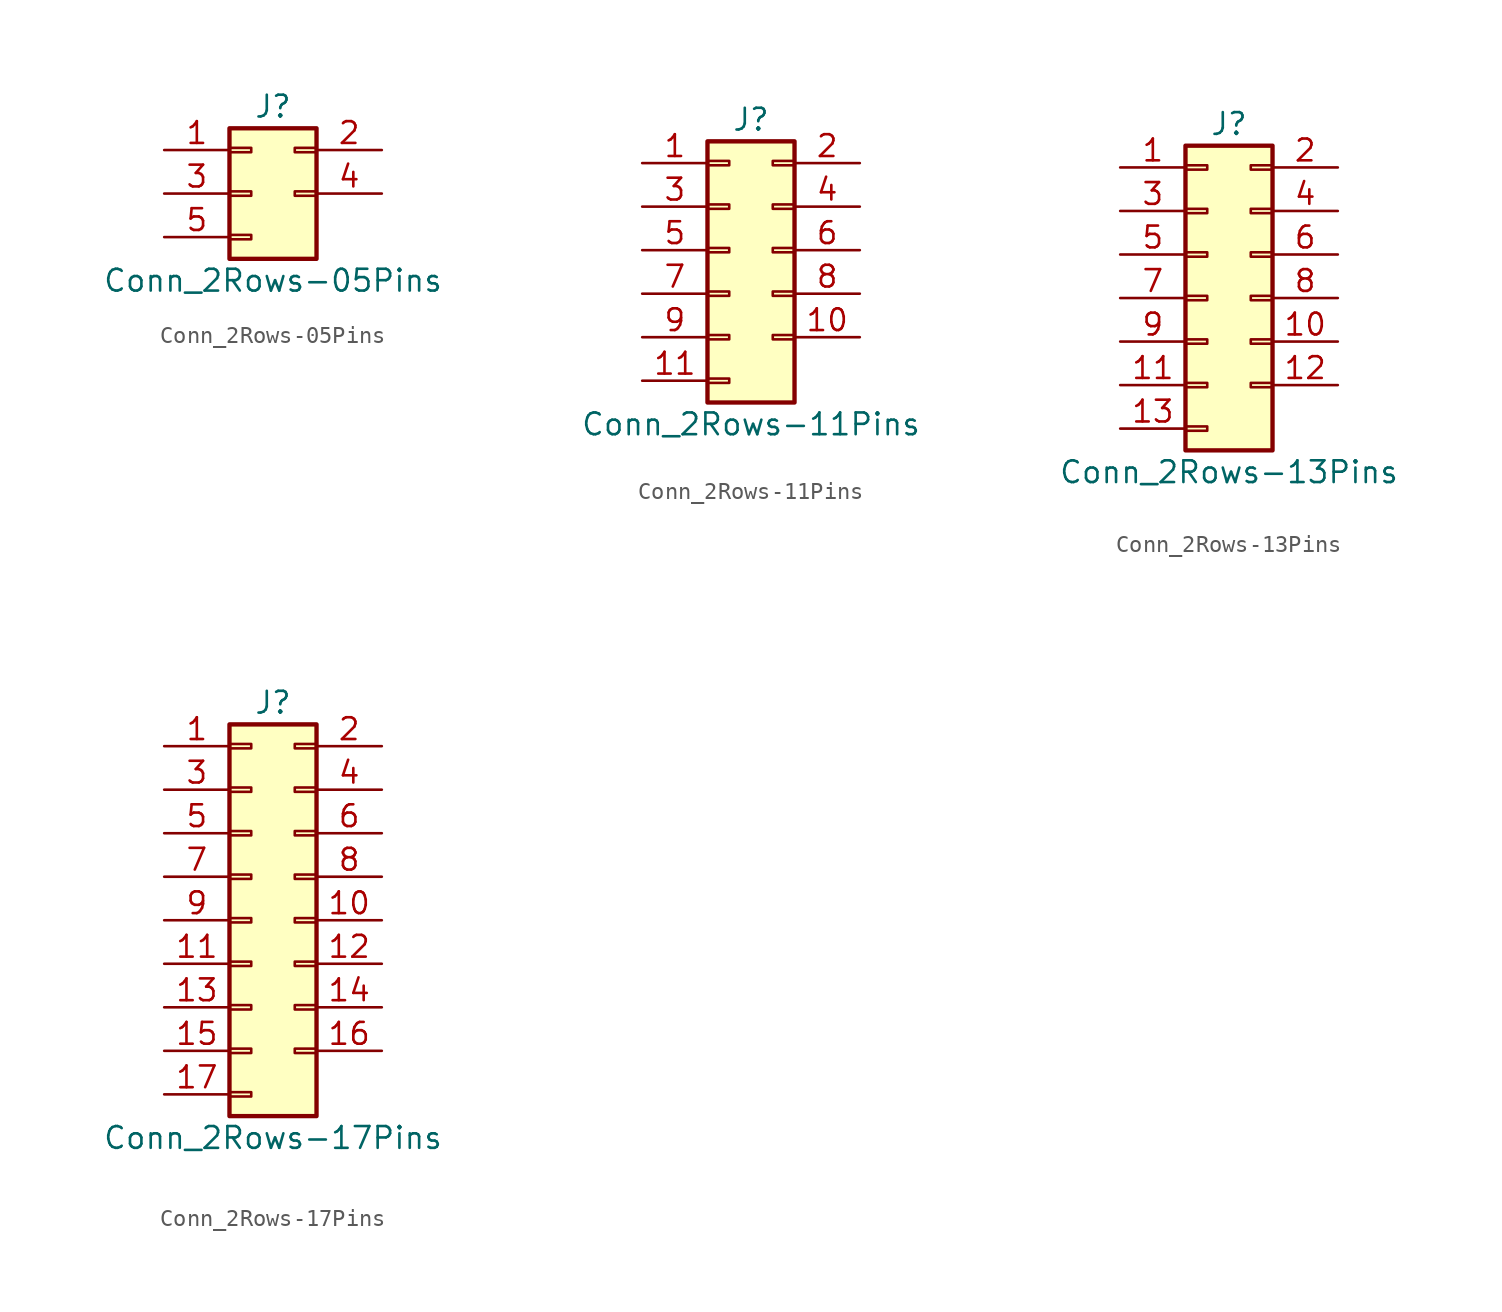
<source format=kicad_sym>
(kicad_symbol_lib
  (version 20201005)
  (generator kicad_symbol_editor)
  (symbol "Conn_2Rows-05Pins"
    (pin_names
      (offset 1.016) hide)
    (property "Reference" "J"
      (at 1.27 5.08 0)
      (effects (font (size 1.27 1.27))))
    (property "Value" "Conn_2Rows-05Pins"
      (at 1.27 -5.08 0)
      (effects (font (size 1.27 1.27))))
    (symbol "Conn_2Rows-05Pins_1_1"
      (rectangle (start -1.27 -2.413) (end 0 -2.667) (stroke (width 0.152)) (fill (type none)))
      (rectangle (start -1.27 0.127) (end 0 -0.127) (stroke (width 0.152)) (fill (type none)))
      (rectangle (start -1.27 2.667) (end 0 2.413) (stroke (width 0.152)) (fill (type none)))
      (rectangle (start -1.27 3.81) (end 3.81 -3.81) (stroke (width 0.254)) (fill (type background)))
      (rectangle (start 3.81 0.127) (end 2.54 -0.127) (stroke (width 0.152)) (fill (type none)))
      (rectangle (start 3.81 2.667) (end 2.54 2.413) (stroke (width 0.152)) (fill (type none)))
      (pin passive line (at -5.08 2.54 0) (length 3.81) (name "Pin_1" (effects (font (size 1.27 1.27)))) (number "1" (effects (font (size 1.27 1.27)))))
      (pin passive line (at 7.62 2.54 180) (length 3.81) (name "Pin_2" (effects (font (size 1.27 1.27)))) (number "2" (effects (font (size 1.27 1.27)))))
      (pin passive line (at -5.08 0 0) (length 3.81) (name "Pin_3" (effects (font (size 1.27 1.27)))) (number "3" (effects (font (size 1.27 1.27)))))
      (pin passive line (at 7.62 0 180) (length 3.81) (name "Pin_4" (effects (font (size 1.27 1.27)))) (number "4" (effects (font (size 1.27 1.27)))))
      (pin passive line (at -5.08 -2.54 0) (length 3.81) (name "Pin_5" (effects (font (size 1.27 1.27)))) (number "5" (effects (font (size 1.27 1.27)))))))
  (symbol "Conn_2Rows-11Pins"
    (pin_names
      (offset 1.016) hide)
    (property "Reference" "J"
      (at 1.27 7.62 0)
      (effects (font (size 1.27 1.27))))
    (property "Value" "Conn_2Rows-11Pins"
      (at 1.27 -10.16 0)
      (effects (font (size 1.27 1.27))))
    (symbol "Conn_2Rows-11Pins_1_1"
      (rectangle (start -1.27 -7.493) (end 0 -7.747) (stroke (width 0.152)) (fill (type none)))
      (rectangle (start -1.27 -4.953) (end 0 -5.207) (stroke (width 0.152)) (fill (type none)))
      (rectangle (start -1.27 -2.413) (end 0 -2.667) (stroke (width 0.152)) (fill (type none)))
      (rectangle (start -1.27 0.127) (end 0 -0.127) (stroke (width 0.152)) (fill (type none)))
      (rectangle (start -1.27 2.667) (end 0 2.413) (stroke (width 0.152)) (fill (type none)))
      (rectangle (start -1.27 5.207) (end 0 4.953) (stroke (width 0.152)) (fill (type none)))
      (rectangle (start -1.27 6.35) (end 3.81 -8.89) (stroke (width 0.254)) (fill (type background)))
      (rectangle (start 3.81 -4.953) (end 2.54 -5.207) (stroke (width 0.152)) (fill (type none)))
      (rectangle (start 3.81 -2.413) (end 2.54 -2.667) (stroke (width 0.152)) (fill (type none)))
      (rectangle (start 3.81 0.127) (end 2.54 -0.127) (stroke (width 0.152)) (fill (type none)))
      (rectangle (start 3.81 2.667) (end 2.54 2.413) (stroke (width 0.152)) (fill (type none)))
      (rectangle (start 3.81 5.207) (end 2.54 4.953) (stroke (width 0.152)) (fill (type none)))
      (pin passive line (at -5.08 5.08 0) (length 3.81) (name "Pin_1" (effects (font (size 1.27 1.27)))) (number "1" (effects (font (size 1.27 1.27)))))
      (pin passive line (at 7.62 -5.08 180) (length 3.81) (name "Pin_10" (effects (font (size 1.27 1.27)))) (number "10" (effects (font (size 1.27 1.27)))))
      (pin passive line (at -5.08 -7.62 0) (length 3.81) (name "Pin_11" (effects (font (size 1.27 1.27)))) (number "11" (effects (font (size 1.27 1.27)))))
      (pin passive line (at 7.62 5.08 180) (length 3.81) (name "Pin_2" (effects (font (size 1.27 1.27)))) (number "2" (effects (font (size 1.27 1.27)))))
      (pin passive line (at -5.08 2.54 0) (length 3.81) (name "Pin_3" (effects (font (size 1.27 1.27)))) (number "3" (effects (font (size 1.27 1.27)))))
      (pin passive line (at 7.62 2.54 180) (length 3.81) (name "Pin_4" (effects (font (size 1.27 1.27)))) (number "4" (effects (font (size 1.27 1.27)))))
      (pin passive line (at -5.08 0 0) (length 3.81) (name "Pin_5" (effects (font (size 1.27 1.27)))) (number "5" (effects (font (size 1.27 1.27)))))
      (pin passive line (at 7.62 0 180) (length 3.81) (name "Pin_6" (effects (font (size 1.27 1.27)))) (number "6" (effects (font (size 1.27 1.27)))))
      (pin passive line (at -5.08 -2.54 0) (length 3.81) (name "Pin_7" (effects (font (size 1.27 1.27)))) (number "7" (effects (font (size 1.27 1.27)))))
      (pin passive line (at 7.62 -2.54 180) (length 3.81) (name "Pin_8" (effects (font (size 1.27 1.27)))) (number "8" (effects (font (size 1.27 1.27)))))
      (pin passive line (at -5.08 -5.08 0) (length 3.81) (name "Pin_9" (effects (font (size 1.27 1.27)))) (number "9" (effects (font (size 1.27 1.27)))))))
  (symbol "Conn_2Rows-13Pins"
    (pin_names
      (offset 1.016) hide)
    (property "Reference" "J"
      (at 1.27 10.16 0)
      (effects (font (size 1.27 1.27))))
    (property "Value" "Conn_2Rows-13Pins"
      (at 1.27 -10.16 0)
      (effects (font (size 1.27 1.27))))
    (symbol "Conn_2Rows-13Pins_1_1"
      (rectangle (start -1.27 -7.493) (end 0 -7.747) (stroke (width 0.152)) (fill (type none)))
      (rectangle (start -1.27 -4.953) (end 0 -5.207) (stroke (width 0.152)) (fill (type none)))
      (rectangle (start -1.27 -2.413) (end 0 -2.667) (stroke (width 0.152)) (fill (type none)))
      (rectangle (start -1.27 0.127) (end 0 -0.127) (stroke (width 0.152)) (fill (type none)))
      (rectangle (start -1.27 2.667) (end 0 2.413) (stroke (width 0.152)) (fill (type none)))
      (rectangle (start -1.27 5.207) (end 0 4.953) (stroke (width 0.152)) (fill (type none)))
      (rectangle (start -1.27 7.747) (end 0 7.493) (stroke (width 0.152)) (fill (type none)))
      (rectangle (start -1.27 8.89) (end 3.81 -8.89) (stroke (width 0.254)) (fill (type background)))
      (rectangle (start 3.81 -4.953) (end 2.54 -5.207) (stroke (width 0.152)) (fill (type none)))
      (rectangle (start 3.81 -2.413) (end 2.54 -2.667) (stroke (width 0.152)) (fill (type none)))
      (rectangle (start 3.81 0.127) (end 2.54 -0.127) (stroke (width 0.152)) (fill (type none)))
      (rectangle (start 3.81 2.667) (end 2.54 2.413) (stroke (width 0.152)) (fill (type none)))
      (rectangle (start 3.81 5.207) (end 2.54 4.953) (stroke (width 0.152)) (fill (type none)))
      (rectangle (start 3.81 7.747) (end 2.54 7.493) (stroke (width 0.152)) (fill (type none)))
      (pin passive line (at -5.08 7.62 0) (length 3.81) (name "Pin_1" (effects (font (size 1.27 1.27)))) (number "1" (effects (font (size 1.27 1.27)))))
      (pin passive line (at 7.62 -2.54 180) (length 3.81) (name "Pin_10" (effects (font (size 1.27 1.27)))) (number "10" (effects (font (size 1.27 1.27)))))
      (pin passive line (at -5.08 -5.08 0) (length 3.81) (name "Pin_11" (effects (font (size 1.27 1.27)))) (number "11" (effects (font (size 1.27 1.27)))))
      (pin passive line (at 7.62 -5.08 180) (length 3.81) (name "Pin_12" (effects (font (size 1.27 1.27)))) (number "12" (effects (font (size 1.27 1.27)))))
      (pin passive line (at -5.08 -7.62 0) (length 3.81) (name "Pin_13" (effects (font (size 1.27 1.27)))) (number "13" (effects (font (size 1.27 1.27)))))
      (pin passive line (at 7.62 7.62 180) (length 3.81) (name "Pin_2" (effects (font (size 1.27 1.27)))) (number "2" (effects (font (size 1.27 1.27)))))
      (pin passive line (at -5.08 5.08 0) (length 3.81) (name "Pin_3" (effects (font (size 1.27 1.27)))) (number "3" (effects (font (size 1.27 1.27)))))
      (pin passive line (at 7.62 5.08 180) (length 3.81) (name "Pin_4" (effects (font (size 1.27 1.27)))) (number "4" (effects (font (size 1.27 1.27)))))
      (pin passive line (at -5.08 2.54 0) (length 3.81) (name "Pin_5" (effects (font (size 1.27 1.27)))) (number "5" (effects (font (size 1.27 1.27)))))
      (pin passive line (at 7.62 2.54 180) (length 3.81) (name "Pin_6" (effects (font (size 1.27 1.27)))) (number "6" (effects (font (size 1.27 1.27)))))
      (pin passive line (at -5.08 0 0) (length 3.81) (name "Pin_7" (effects (font (size 1.27 1.27)))) (number "7" (effects (font (size 1.27 1.27)))))
      (pin passive line (at 7.62 0 180) (length 3.81) (name "Pin_8" (effects (font (size 1.27 1.27)))) (number "8" (effects (font (size 1.27 1.27)))))
      (pin passive line (at -5.08 -2.54 0) (length 3.81) (name "Pin_9" (effects (font (size 1.27 1.27)))) (number "9" (effects (font (size 1.27 1.27)))))))
  (symbol "Conn_2Rows-17Pins"
    (pin_names
      (offset 1.016) hide)
    (property "Reference" "J"
      (at 1.27 12.7 0)
      (effects (font (size 1.27 1.27))))
    (property "Value" "Conn_2Rows-17Pins"
      (at 1.27 -12.7 0)
      (effects (font (size 1.27 1.27))))
    (symbol "Conn_2Rows-17Pins_1_1"
      (rectangle (start -1.27 -10.033) (end 0 -10.287) (stroke (width 0.152)) (fill (type none)))
      (rectangle (start -1.27 -7.493) (end 0 -7.747) (stroke (width 0.152)) (fill (type none)))
      (rectangle (start -1.27 -4.953) (end 0 -5.207) (stroke (width 0.152)) (fill (type none)))
      (rectangle (start -1.27 -2.413) (end 0 -2.667) (stroke (width 0.152)) (fill (type none)))
      (rectangle (start -1.27 0.127) (end 0 -0.127) (stroke (width 0.152)) (fill (type none)))
      (rectangle (start -1.27 2.667) (end 0 2.413) (stroke (width 0.152)) (fill (type none)))
      (rectangle (start -1.27 5.207) (end 0 4.953) (stroke (width 0.152)) (fill (type none)))
      (rectangle (start -1.27 7.747) (end 0 7.493) (stroke (width 0.152)) (fill (type none)))
      (rectangle (start -1.27 10.287) (end 0 10.033) (stroke (width 0.152)) (fill (type none)))
      (rectangle (start -1.27 11.43) (end 3.81 -11.43) (stroke (width 0.254)) (fill (type background)))
      (rectangle (start 3.81 -7.493) (end 2.54 -7.747) (stroke (width 0.152)) (fill (type none)))
      (rectangle (start 3.81 -4.953) (end 2.54 -5.207) (stroke (width 0.152)) (fill (type none)))
      (rectangle (start 3.81 -2.413) (end 2.54 -2.667) (stroke (width 0.152)) (fill (type none)))
      (rectangle (start 3.81 0.127) (end 2.54 -0.127) (stroke (width 0.152)) (fill (type none)))
      (rectangle (start 3.81 2.667) (end 2.54 2.413) (stroke (width 0.152)) (fill (type none)))
      (rectangle (start 3.81 5.207) (end 2.54 4.953) (stroke (width 0.152)) (fill (type none)))
      (rectangle (start 3.81 7.747) (end 2.54 7.493) (stroke (width 0.152)) (fill (type none)))
      (rectangle (start 3.81 10.287) (end 2.54 10.033) (stroke (width 0.152)) (fill (type none)))
      (pin passive line (at -5.08 10.16 0) (length 3.81) (name "Pin_1" (effects (font (size 1.27 1.27)))) (number "1" (effects (font (size 1.27 1.27)))))
      (pin passive line (at 7.62 0 180) (length 3.81) (name "Pin_10" (effects (font (size 1.27 1.27)))) (number "10" (effects (font (size 1.27 1.27)))))
      (pin passive line (at -5.08 -2.54 0) (length 3.81) (name "Pin_11" (effects (font (size 1.27 1.27)))) (number "11" (effects (font (size 1.27 1.27)))))
      (pin passive line (at 7.62 -2.54 180) (length 3.81) (name "Pin_12" (effects (font (size 1.27 1.27)))) (number "12" (effects (font (size 1.27 1.27)))))
      (pin passive line (at -5.08 -5.08 0) (length 3.81) (name "Pin_13" (effects (font (size 1.27 1.27)))) (number "13" (effects (font (size 1.27 1.27)))))
      (pin passive line (at 7.62 -5.08 180) (length 3.81) (name "Pin_14" (effects (font (size 1.27 1.27)))) (number "14" (effects (font (size 1.27 1.27)))))
      (pin passive line (at -5.08 -7.62 0) (length 3.81) (name "Pin_15" (effects (font (size 1.27 1.27)))) (number "15" (effects (font (size 1.27 1.27)))))
      (pin passive line (at 7.62 -7.62 180) (length 3.81) (name "Pin_16" (effects (font (size 1.27 1.27)))) (number "16" (effects (font (size 1.27 1.27)))))
      (pin passive line (at -5.08 -10.16 0) (length 3.81) (name "Pin_17" (effects (font (size 1.27 1.27)))) (number "17" (effects (font (size 1.27 1.27)))))
      (pin passive line (at 7.62 10.16 180) (length 3.81) (name "Pin_2" (effects (font (size 1.27 1.27)))) (number "2" (effects (font (size 1.27 1.27)))))
      (pin passive line (at -5.08 7.62 0) (length 3.81) (name "Pin_3" (effects (font (size 1.27 1.27)))) (number "3" (effects (font (size 1.27 1.27)))))
      (pin passive line (at 7.62 7.62 180) (length 3.81) (name "Pin_4" (effects (font (size 1.27 1.27)))) (number "4" (effects (font (size 1.27 1.27)))))
      (pin passive line (at -5.08 5.08 0) (length 3.81) (name "Pin_5" (effects (font (size 1.27 1.27)))) (number "5" (effects (font (size 1.27 1.27)))))
      (pin passive line (at 7.62 5.08 180) (length 3.81) (name "Pin_6" (effects (font (size 1.27 1.27)))) (number "6" (effects (font (size 1.27 1.27)))))
      (pin passive line (at -5.08 2.54 0) (length 3.81) (name "Pin_7" (effects (font (size 1.27 1.27)))) (number "7" (effects (font (size 1.27 1.27)))))
      (pin passive line (at 7.62 2.54 180) (length 3.81) (name "Pin_8" (effects (font (size 1.27 1.27)))) (number "8" (effects (font (size 1.27 1.27)))))
      (pin passive line (at -5.08 0 0) (length 3.81) (name "Pin_9" (effects (font (size 1.27 1.27)))) (number "9" (effects (font (size 1.27 1.27))))))))
</source>
